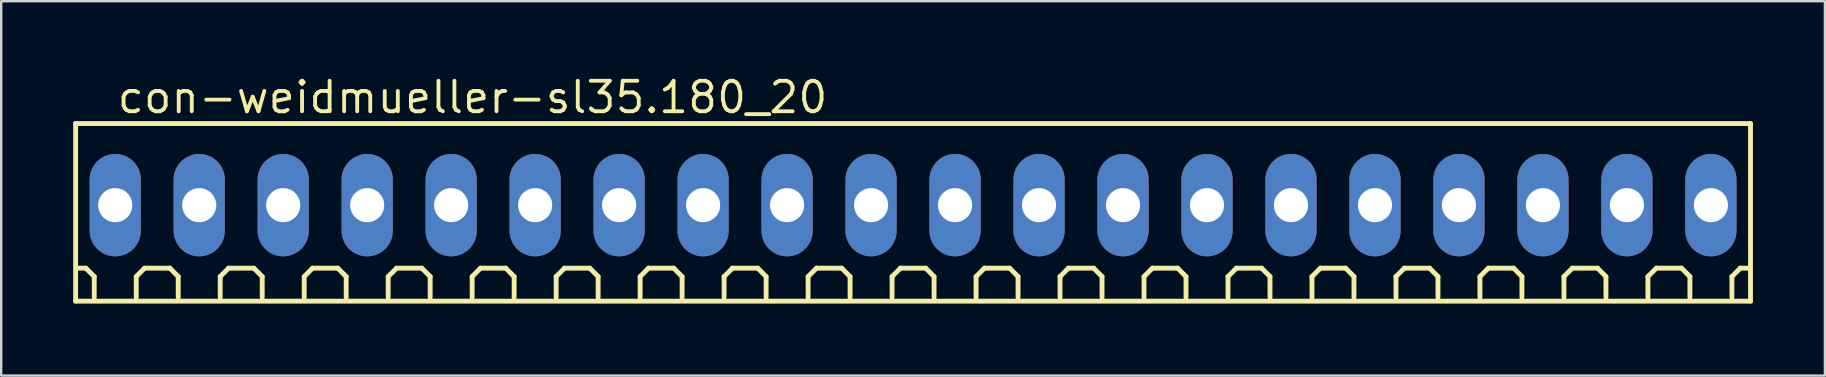
<source format=kicad_pcb>
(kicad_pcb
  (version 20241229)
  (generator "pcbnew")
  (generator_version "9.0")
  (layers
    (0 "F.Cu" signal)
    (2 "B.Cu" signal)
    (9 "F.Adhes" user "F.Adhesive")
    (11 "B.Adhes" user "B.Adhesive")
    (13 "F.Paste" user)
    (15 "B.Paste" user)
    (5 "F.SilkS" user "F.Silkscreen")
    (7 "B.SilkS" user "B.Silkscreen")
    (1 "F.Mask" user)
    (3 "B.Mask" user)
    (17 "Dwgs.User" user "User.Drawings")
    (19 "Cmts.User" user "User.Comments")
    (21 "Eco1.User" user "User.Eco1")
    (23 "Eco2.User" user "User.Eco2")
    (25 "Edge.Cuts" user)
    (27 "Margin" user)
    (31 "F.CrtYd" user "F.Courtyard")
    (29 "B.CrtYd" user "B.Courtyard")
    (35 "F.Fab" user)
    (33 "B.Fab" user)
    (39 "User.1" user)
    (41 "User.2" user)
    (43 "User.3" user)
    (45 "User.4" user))
  (footprint "con-weidmueller-sl35.180_20"
    (layer "F.Cu")
    (at 35.002 5.5)
    (property "Reference" "con-weidmueller-sl35.180_20" (at -33.25 -3.75 0) (layer "F.SilkS") (effects (font (size 1.27 1.27) (thickness 0.16)) (justify left bottom)))
    (attr through_hole)
    (fp_line (start -34.9 -3.4) (end 34.9 -3.4) (stroke (width 0.203) (type default)) (layer "F.SilkS"))
    (fp_line (start -34.9 4) (end -34.9 -3.4) (stroke (width 0.203) (type default)) (layer "F.SilkS"))
    (fp_line (start -34.475 2.625) (end -34.825 2.625) (stroke (width 0.203) (type default)) (layer "F.SilkS"))
    (fp_line (start -34.125 2.975) (end -34.475 2.625) (stroke (width 0.203) (type default)) (layer "F.SilkS"))
    (fp_line (start -34.125 3.85) (end -34.125 2.975) (stroke (width 0.203) (type default)) (layer "F.SilkS"))
    (fp_line (start -32.375 2.975) (end -32.025 2.625) (stroke (width 0.203) (type default)) (layer "F.SilkS"))
    (fp_line (start -32.375 3.85) (end -32.375 2.975) (stroke (width 0.203) (type default)) (layer "F.SilkS"))
    (fp_line (start -32.025 2.625) (end -30.975 2.625) (stroke (width 0.203) (type default)) (layer "F.SilkS"))
    (fp_line (start -30.975 2.625) (end -30.625 2.975) (stroke (width 0.203) (type default)) (layer "F.SilkS"))
    (fp_line (start -30.625 2.975) (end -30.625 3.85) (stroke (width 0.203) (type default)) (layer "F.SilkS"))
    (fp_line (start -28.875 2.975) (end -28.525 2.625) (stroke (width 0.203) (type default)) (layer "F.SilkS"))
    (fp_line (start -28.875 3.85) (end -28.875 2.975) (stroke (width 0.203) (type default)) (layer "F.SilkS"))
    (fp_line (start -28.525 2.625) (end -27.475 2.625) (stroke (width 0.203) (type default)) (layer "F.SilkS"))
    (fp_line (start -27.475 2.625) (end -27.125 2.975) (stroke (width 0.203) (type default)) (layer "F.SilkS"))
    (fp_line (start -27.125 2.975) (end -27.125 3.85) (stroke (width 0.203) (type default)) (layer "F.SilkS"))
    (fp_line (start -25.375 2.975) (end -25.025 2.625) (stroke (width 0.203) (type default)) (layer "F.SilkS"))
    (fp_line (start -25.375 3.85) (end -25.375 2.975) (stroke (width 0.203) (type default)) (layer "F.SilkS"))
    (fp_line (start -25.025 2.625) (end -23.975 2.625) (stroke (width 0.203) (type default)) (layer "F.SilkS"))
    (fp_line (start -23.975 2.625) (end -23.625 2.975) (stroke (width 0.203) (type default)) (layer "F.SilkS"))
    (fp_line (start -23.625 2.975) (end -23.625 3.85) (stroke (width 0.203) (type default)) (layer "F.SilkS"))
    (fp_line (start -21.875 2.975) (end -21.525 2.625) (stroke (width 0.203) (type default)) (layer "F.SilkS"))
    (fp_line (start -21.875 3.85) (end -21.875 2.975) (stroke (width 0.203) (type default)) (layer "F.SilkS"))
    (fp_line (start -21.525 2.625) (end -20.475 2.625) (stroke (width 0.203) (type default)) (layer "F.SilkS"))
    (fp_line (start -20.475 2.625) (end -20.125 2.975) (stroke (width 0.203) (type default)) (layer "F.SilkS"))
    (fp_line (start -20.125 2.975) (end -20.125 3.85) (stroke (width 0.203) (type default)) (layer "F.SilkS"))
    (fp_line (start -18.375 2.975) (end -18.025 2.625) (stroke (width 0.203) (type default)) (layer "F.SilkS"))
    (fp_line (start -18.375 3.85) (end -18.375 2.975) (stroke (width 0.203) (type default)) (layer "F.SilkS"))
    (fp_line (start -18.025 2.625) (end -16.975 2.625) (stroke (width 0.203) (type default)) (layer "F.SilkS"))
    (fp_line (start -16.975 2.625) (end -16.625 2.975) (stroke (width 0.203) (type default)) (layer "F.SilkS"))
    (fp_line (start -16.625 2.975) (end -16.625 3.85) (stroke (width 0.203) (type default)) (layer "F.SilkS"))
    (fp_line (start -14.875 2.975) (end -14.525 2.625) (stroke (width 0.203) (type default)) (layer "F.SilkS"))
    (fp_line (start -14.875 3.85) (end -14.875 2.975) (stroke (width 0.203) (type default)) (layer "F.SilkS"))
    (fp_line (start -14.525 2.625) (end -13.475 2.625) (stroke (width 0.203) (type default)) (layer "F.SilkS"))
    (fp_line (start -13.475 2.625) (end -13.125 2.975) (stroke (width 0.203) (type default)) (layer "F.SilkS"))
    (fp_line (start -13.125 2.975) (end -13.125 3.85) (stroke (width 0.203) (type default)) (layer "F.SilkS"))
    (fp_line (start -11.375 2.975) (end -11.025 2.625) (stroke (width 0.203) (type default)) (layer "F.SilkS"))
    (fp_line (start -11.375 3.85) (end -11.375 2.975) (stroke (width 0.203) (type default)) (layer "F.SilkS"))
    (fp_line (start -11.025 2.625) (end -9.975 2.625) (stroke (width 0.203) (type default)) (layer "F.SilkS"))
    (fp_line (start -9.975 2.625) (end -9.625 2.975) (stroke (width 0.203) (type default)) (layer "F.SilkS"))
    (fp_line (start -9.625 2.975) (end -9.625 3.85) (stroke (width 0.203) (type default)) (layer "F.SilkS"))
    (fp_line (start -7.875 2.975) (end -7.525 2.625) (stroke (width 0.203) (type default)) (layer "F.SilkS"))
    (fp_line (start -7.875 3.85) (end -7.875 2.975) (stroke (width 0.203) (type default)) (layer "F.SilkS"))
    (fp_line (start -7.525 2.625) (end -6.475 2.625) (stroke (width 0.203) (type default)) (layer "F.SilkS"))
    (fp_line (start -6.475 2.625) (end -6.125 2.975) (stroke (width 0.203) (type default)) (layer "F.SilkS"))
    (fp_line (start -6.125 2.975) (end -6.125 3.85) (stroke (width 0.203) (type default)) (layer "F.SilkS"))
    (fp_line (start -4.375 2.975) (end -4.025 2.625) (stroke (width 0.203) (type default)) (layer "F.SilkS"))
    (fp_line (start -4.375 3.85) (end -4.375 2.975) (stroke (width 0.203) (type default)) (layer "F.SilkS"))
    (fp_line (start -4.025 2.625) (end -2.975 2.625) (stroke (width 0.203) (type default)) (layer "F.SilkS"))
    (fp_line (start -2.975 2.625) (end -2.625 2.975) (stroke (width 0.203) (type default)) (layer "F.SilkS"))
    (fp_line (start -2.625 2.975) (end -2.625 3.85) (stroke (width 0.203) (type default)) (layer "F.SilkS"))
    (fp_line (start -0.875 2.975) (end -0.525 2.625) (stroke (width 0.203) (type default)) (layer "F.SilkS"))
    (fp_line (start -0.875 3.85) (end -0.875 2.975) (stroke (width 0.203) (type default)) (layer "F.SilkS"))
    (fp_line (start -0.525 2.625) (end 0.525 2.625) (stroke (width 0.203) (type default)) (layer "F.SilkS"))
    (fp_line (start 0.525 2.625) (end 0.875 2.975) (stroke (width 0.203) (type default)) (layer "F.SilkS"))
    (fp_line (start 0.875 2.975) (end 0.875 3.85) (stroke (width 0.203) (type default)) (layer "F.SilkS"))
    (fp_line (start 2.625 2.975) (end 2.975 2.625) (stroke (width 0.203) (type default)) (layer "F.SilkS"))
    (fp_line (start 2.625 3.85) (end 2.625 2.975) (stroke (width 0.203) (type default)) (layer "F.SilkS"))
    (fp_line (start 2.975 2.625) (end 4.025 2.625) (stroke (width 0.203) (type default)) (layer "F.SilkS"))
    (fp_line (start 4.025 2.625) (end 4.375 2.975) (stroke (width 0.203) (type default)) (layer "F.SilkS"))
    (fp_line (start 4.375 2.975) (end 4.375 3.85) (stroke (width 0.203) (type default)) (layer "F.SilkS"))
    (fp_line (start 6.125 2.975) (end 6.475 2.625) (stroke (width 0.203) (type default)) (layer "F.SilkS"))
    (fp_line (start 6.125 3.85) (end 6.125 2.975) (stroke (width 0.203) (type default)) (layer "F.SilkS"))
    (fp_line (start 6.475 2.625) (end 7.525 2.625) (stroke (width 0.203) (type default)) (layer "F.SilkS"))
    (fp_line (start 7.525 2.625) (end 7.875 2.975) (stroke (width 0.203) (type default)) (layer "F.SilkS"))
    (fp_line (start 7.875 2.975) (end 7.875 3.85) (stroke (width 0.203) (type default)) (layer "F.SilkS"))
    (fp_line (start 9.625 2.975) (end 9.975 2.625) (stroke (width 0.203) (type default)) (layer "F.SilkS"))
    (fp_line (start 9.625 3.85) (end 9.625 2.975) (stroke (width 0.203) (type default)) (layer "F.SilkS"))
    (fp_line (start 9.975 2.625) (end 11.025 2.625) (stroke (width 0.203) (type default)) (layer "F.SilkS"))
    (fp_line (start 11.025 2.625) (end 11.375 2.975) (stroke (width 0.203) (type default)) (layer "F.SilkS"))
    (fp_line (start 11.375 2.975) (end 11.375 3.85) (stroke (width 0.203) (type default)) (layer "F.SilkS"))
    (fp_line (start 13.125 2.975) (end 13.475 2.625) (stroke (width 0.203) (type default)) (layer "F.SilkS"))
    (fp_line (start 13.125 3.85) (end 13.125 2.975) (stroke (width 0.203) (type default)) (layer "F.SilkS"))
    (fp_line (start 13.475 2.625) (end 14.525 2.625) (stroke (width 0.203) (type default)) (layer "F.SilkS"))
    (fp_line (start 14.525 2.625) (end 14.875 2.975) (stroke (width 0.203) (type default)) (layer "F.SilkS"))
    (fp_line (start 14.875 2.975) (end 14.875 3.85) (stroke (width 0.203) (type default)) (layer "F.SilkS"))
    (fp_line (start 16.625 2.975) (end 16.975 2.625) (stroke (width 0.203) (type default)) (layer "F.SilkS"))
    (fp_line (start 16.625 3.85) (end 16.625 2.975) (stroke (width 0.203) (type default)) (layer "F.SilkS"))
    (fp_line (start 16.975 2.625) (end 18.025 2.625) (stroke (width 0.203) (type default)) (layer "F.SilkS"))
    (fp_line (start 18.025 2.625) (end 18.375 2.975) (stroke (width 0.203) (type default)) (layer "F.SilkS"))
    (fp_line (start 18.375 2.975) (end 18.375 3.85) (stroke (width 0.203) (type default)) (layer "F.SilkS"))
    (fp_line (start 20.125 2.975) (end 20.475 2.625) (stroke (width 0.203) (type default)) (layer "F.SilkS"))
    (fp_line (start 20.125 3.85) (end 20.125 2.975) (stroke (width 0.203) (type default)) (layer "F.SilkS"))
    (fp_line (start 20.475 2.625) (end 21.525 2.625) (stroke (width 0.203) (type default)) (layer "F.SilkS"))
    (fp_line (start 21.525 2.625) (end 21.875 2.975) (stroke (width 0.203) (type default)) (layer "F.SilkS"))
    (fp_line (start 21.875 2.975) (end 21.875 3.85) (stroke (width 0.203) (type default)) (layer "F.SilkS"))
    (fp_line (start 23.625 2.975) (end 23.975 2.625) (stroke (width 0.203) (type default)) (layer "F.SilkS"))
    (fp_line (start 23.625 3.85) (end 23.625 2.975) (stroke (width 0.203) (type default)) (layer "F.SilkS"))
    (fp_line (start 23.975 2.625) (end 25.025 2.625) (stroke (width 0.203) (type default)) (layer "F.SilkS"))
    (fp_line (start 25.025 2.625) (end 25.375 2.975) (stroke (width 0.203) (type default)) (layer "F.SilkS"))
    (fp_line (start 25.375 2.975) (end 25.375 3.85) (stroke (width 0.203) (type default)) (layer "F.SilkS"))
    (fp_line (start 27.125 2.975) (end 27.475 2.625) (stroke (width 0.203) (type default)) (layer "F.SilkS"))
    (fp_line (start 27.125 3.85) (end 27.125 2.975) (stroke (width 0.203) (type default)) (layer "F.SilkS"))
    (fp_line (start 27.475 2.625) (end 28.525 2.625) (stroke (width 0.203) (type default)) (layer "F.SilkS"))
    (fp_line (start 28.525 2.625) (end 28.875 2.975) (stroke (width 0.203) (type default)) (layer "F.SilkS"))
    (fp_line (start 28.875 2.975) (end 28.875 3.85) (stroke (width 0.203) (type default)) (layer "F.SilkS"))
    (fp_line (start 30.625 2.975) (end 30.975 2.625) (stroke (width 0.203) (type default)) (layer "F.SilkS"))
    (fp_line (start 30.625 3.85) (end 30.625 2.975) (stroke (width 0.203) (type default)) (layer "F.SilkS"))
    (fp_line (start 30.975 2.625) (end 32.025 2.625) (stroke (width 0.203) (type default)) (layer "F.SilkS"))
    (fp_line (start 32.025 2.625) (end 32.375 2.975) (stroke (width 0.203) (type default)) (layer "F.SilkS"))
    (fp_line (start 32.375 2.975) (end 32.375 3.85) (stroke (width 0.203) (type default)) (layer "F.SilkS"))
    (fp_line (start 34.125 2.975) (end 34.475 2.625) (stroke (width 0.203) (type default)) (layer "F.SilkS"))
    (fp_line (start 34.125 3.85) (end 34.125 2.975) (stroke (width 0.203) (type default)) (layer "F.SilkS"))
    (fp_line (start 34.475 2.625) (end 34.825 2.625) (stroke (width 0.203) (type default)) (layer "F.SilkS"))
    (fp_line (start 34.9 -3.4) (end 34.9 4) (stroke (width 0.203) (type default)) (layer "F.SilkS"))
    (fp_line (start 34.9 4) (end -34.9 4) (stroke (width 0.203) (type default)) (layer "F.SilkS"))
    (pad "1" thru_hole oval (at -33.25 0 90) (size 4.267 2.134) (drill 1.422) (layers "*.Cu" "*.Mask"))
    (pad "2" thru_hole oval (at -29.75 0 90) (size 4.267 2.134) (drill 1.422) (layers "*.Cu" "*.Mask"))
    (pad "3" thru_hole oval (at -26.25 0 90) (size 4.267 2.134) (drill 1.422) (layers "*.Cu" "*.Mask"))
    (pad "4" thru_hole oval (at -22.75 0 90) (size 4.267 2.134) (drill 1.422) (layers "*.Cu" "*.Mask"))
    (pad "5" thru_hole oval (at -19.25 0 90) (size 4.267 2.134) (drill 1.422) (layers "*.Cu" "*.Mask"))
    (pad "6" thru_hole oval (at -15.75 0 90) (size 4.267 2.134) (drill 1.422) (layers "*.Cu" "*.Mask"))
    (pad "7" thru_hole oval (at -12.25 0 90) (size 4.267 2.134) (drill 1.422) (layers "*.Cu" "*.Mask"))
    (pad "8" thru_hole oval (at -8.75 0 90) (size 4.267 2.134) (drill 1.422) (layers "*.Cu" "*.Mask"))
    (pad "9" thru_hole oval (at -5.25 0 90) (size 4.267 2.134) (drill 1.422) (layers "*.Cu" "*.Mask"))
    (pad "10" thru_hole oval (at -1.75 0 90) (size 4.267 2.134) (drill 1.422) (layers "*.Cu" "*.Mask"))
    (pad "11" thru_hole oval (at 1.75 0 90) (size 4.267 2.134) (drill 1.422) (layers "*.Cu" "*.Mask"))
    (pad "12" thru_hole oval (at 5.25 0 90) (size 4.267 2.134) (drill 1.422) (layers "*.Cu" "*.Mask"))
    (pad "13" thru_hole oval (at 8.75 0 90) (size 4.267 2.134) (drill 1.422) (layers "*.Cu" "*.Mask"))
    (pad "14" thru_hole oval (at 12.25 0 90) (size 4.267 2.134) (drill 1.422) (layers "*.Cu" "*.Mask"))
    (pad "15" thru_hole oval (at 15.75 0 90) (size 4.267 2.134) (drill 1.422) (layers "*.Cu" "*.Mask"))
    (pad "16" thru_hole oval (at 19.25 0 90) (size 4.267 2.134) (drill 1.422) (layers "*.Cu" "*.Mask"))
    (pad "17" thru_hole oval (at 22.75 0 90) (size 4.267 2.134) (drill 1.422) (layers "*.Cu" "*.Mask"))
    (pad "18" thru_hole oval (at 26.25 0 90) (size 4.267 2.134) (drill 1.422) (layers "*.Cu" "*.Mask"))
    (pad "19" thru_hole oval (at 29.75 0 90) (size 4.267 2.134) (drill 1.422) (layers "*.Cu" "*.Mask"))
    (pad "20" thru_hole oval (at 33.25 0 90) (size 4.267 2.134) (drill 1.422) (layers "*.Cu" "*.Mask")))
  (gr_rect
    (start -3 -3)
    (end 73.003 12.602)
    (stroke (width 0.1) (type default))
    (fill no)
    (layer "Edge.Cuts")))
</source>
